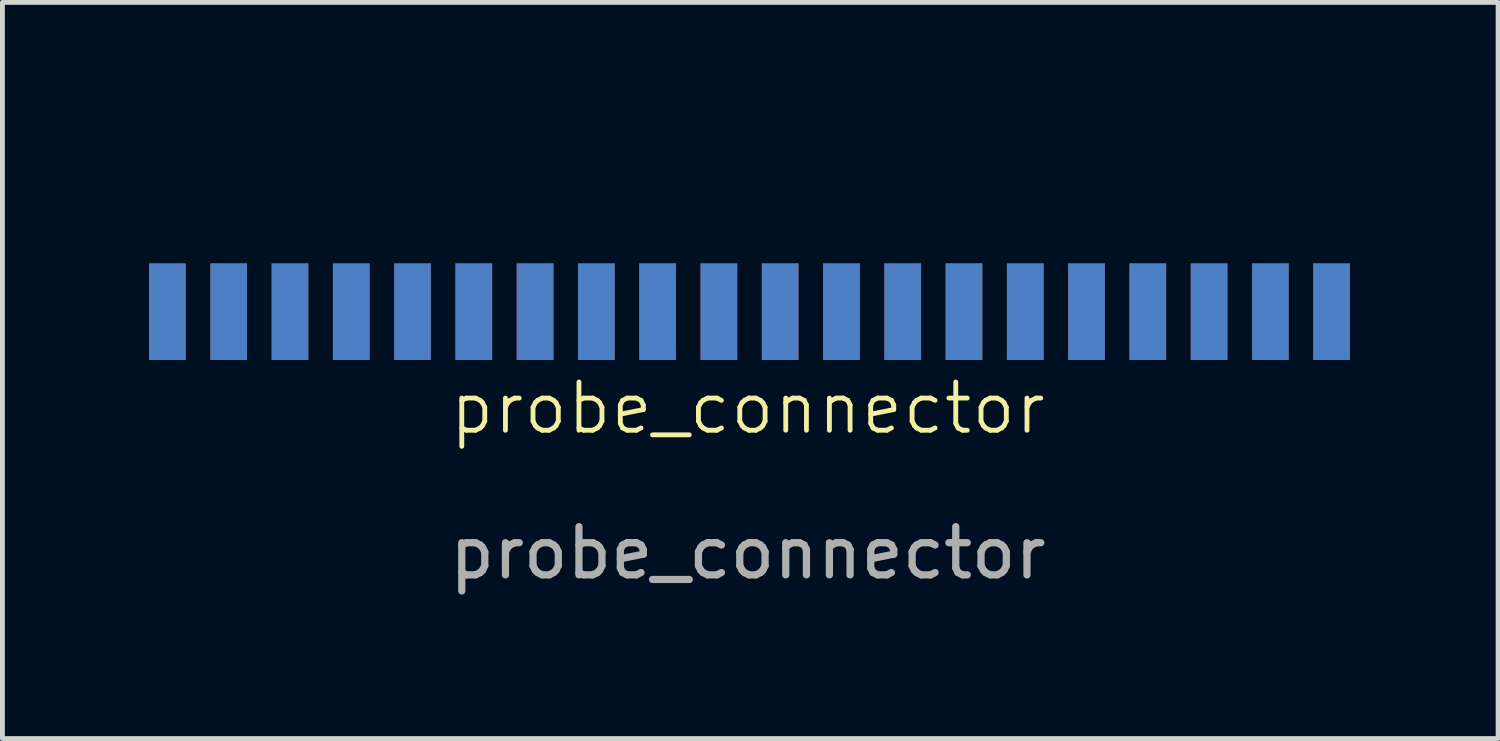
<source format=kicad_pcb>
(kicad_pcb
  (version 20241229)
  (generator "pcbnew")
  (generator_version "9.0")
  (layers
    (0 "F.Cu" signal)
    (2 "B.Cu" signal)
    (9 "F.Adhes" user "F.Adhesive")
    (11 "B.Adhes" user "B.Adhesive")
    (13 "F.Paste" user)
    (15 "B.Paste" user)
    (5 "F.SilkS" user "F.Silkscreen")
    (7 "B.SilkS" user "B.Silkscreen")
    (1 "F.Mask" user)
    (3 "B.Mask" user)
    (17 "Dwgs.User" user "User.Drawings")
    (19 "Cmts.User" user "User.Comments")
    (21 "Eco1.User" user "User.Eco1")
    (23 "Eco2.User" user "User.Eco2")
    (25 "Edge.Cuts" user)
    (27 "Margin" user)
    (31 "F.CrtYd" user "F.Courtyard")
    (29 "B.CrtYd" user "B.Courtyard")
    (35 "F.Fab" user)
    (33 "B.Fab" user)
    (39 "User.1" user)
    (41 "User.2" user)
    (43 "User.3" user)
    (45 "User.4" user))
  (footprint "probe_connector"
    (layer "F.Cu")
    (at 12.45 5.91)
    (property "Reference" "probe_connector" (at 0 -0.5 0) (unlocked yes) (layer "F.SilkS") (effects (font (size 1 1) (thickness 0.1))))
    (attr through_hole)
    (fp_line (start -12.4 -3.96) (end 12.5 -3.96) (stroke (width 0.1) (type default)) (layer "User.1"))
    (fp_text user "${REFERENCE}" (at 0 2.5 0) (unlocked yes) (layer "F.Fab") (effects (font (size 1 1) (thickness 0.15))))
    (fp_text user "pcb edge" (at -2.9 -4.46 0) (unlocked yes) (layer "User.1") (effects (font (size 1 1) (thickness 0.15)) (justify left bottom)))
    (pad "1" connect rect (at -12.03 -2.5) (size 0.76 2) (layers "F.Cu" "F.Mask"))
    (pad "2" connect rect (at -10.76 -2.5) (size 0.76 2) (layers "F.Cu" "F.Mask"))
    (pad "3" connect rect (at -9.49 -2.5) (size 0.76 2) (layers "F.Cu" "F.Mask"))
    (pad "4" connect rect (at -8.22 -2.5) (size 0.76 2) (layers "F.Cu" "F.Mask"))
    (pad "5" connect rect (at -6.95 -2.5) (size 0.76 2) (layers "F.Cu" "F.Mask"))
    (pad "6" connect rect (at -5.68 -2.5) (size 0.76 2) (layers "F.Cu" "F.Mask"))
    (pad "7" connect rect (at -4.41 -2.5) (size 0.76 2) (layers "F.Cu" "F.Mask"))
    (pad "8" connect rect (at -3.14 -2.5) (size 0.76 2) (layers "F.Cu" "F.Mask"))
    (pad "9" connect rect (at -1.87 -2.5) (size 0.76 2) (layers "F.Cu" "F.Mask"))
    (pad "10" connect rect (at -0.6 -2.5) (size 0.76 2) (layers "F.Cu" "F.Mask"))
    (pad "11" connect rect (at 0.67 -2.5) (size 0.76 2) (layers "F.Cu" "F.Mask"))
    (pad "12" connect rect (at 1.94 -2.5) (size 0.76 2) (layers "F.Cu" "F.Mask"))
    (pad "13" connect rect (at 3.21 -2.5) (size 0.76 2) (layers "F.Cu" "F.Mask"))
    (pad "14" connect rect (at 4.48 -2.5) (size 0.76 2) (layers "F.Cu" "F.Mask"))
    (pad "15" connect rect (at 5.75 -2.5) (size 0.76 2) (layers "F.Cu" "F.Mask"))
    (pad "16" connect rect (at 7.02 -2.5) (size 0.76 2) (layers "F.Cu" "F.Mask"))
    (pad "17" connect rect (at 8.29 -2.5) (size 0.76 2) (layers "F.Cu" "F.Mask"))
    (pad "18" connect rect (at 9.56 -2.5) (size 0.76 2) (layers "F.Cu" "F.Mask"))
    (pad "19" connect rect (at 10.83 -2.5) (size 0.76 2) (layers "F.Cu" "F.Mask"))
    (pad "20" connect rect (at 12.1 -2.5) (size 0.76 2) (layers "F.Cu" "F.Mask"))
    (pad "21" connect rect (at -12.03 -2.5 180) (size 0.76 2) (layers "B.Cu" "B.Mask"))
    (pad "22" connect rect (at -10.76 -2.5 180) (size 0.76 2) (layers "B.Cu" "B.Mask"))
    (pad "23" connect rect (at -9.49 -2.5 180) (size 0.76 2) (layers "B.Cu" "B.Mask"))
    (pad "24" connect rect (at -8.22 -2.5 180) (size 0.76 2) (layers "B.Cu" "B.Mask"))
    (pad "25" connect rect (at -6.95 -2.5 180) (size 0.76 2) (layers "B.Cu" "B.Mask"))
    (pad "26" connect rect (at -5.68 -2.5 180) (size 0.76 2) (layers "B.Cu" "B.Mask"))
    (pad "27" connect rect (at -4.41 -2.5 180) (size 0.76 2) (layers "B.Cu" "B.Mask"))
    (pad "28" connect rect (at -3.14 -2.5 180) (size 0.76 2) (layers "B.Cu" "B.Mask"))
    (pad "29" connect rect (at -1.87 -2.5 180) (size 0.76 2) (layers "B.Cu" "B.Mask"))
    (pad "30" connect rect (at -0.6 -2.5 180) (size 0.76 2) (layers "B.Cu" "B.Mask"))
    (pad "31" connect rect (at 0.67 -2.5 180) (size 0.76 2) (layers "B.Cu" "B.Mask"))
    (pad "32" connect rect (at 1.94 -2.5 180) (size 0.76 2) (layers "B.Cu" "B.Mask"))
    (pad "33" connect rect (at 3.21 -2.5 180) (size 0.76 2) (layers "B.Cu" "B.Mask"))
    (pad "34" connect rect (at 4.48 -2.5 180) (size 0.76 2) (layers "B.Cu" "B.Mask"))
    (pad "35" connect rect (at 5.75 -2.5 180) (size 0.76 2) (layers "B.Cu" "B.Mask"))
    (pad "36" connect rect (at 7.02 -2.5 180) (size 0.76 2) (layers "B.Cu" "B.Mask"))
    (pad "37" connect rect (at 8.29 -2.5 180) (size 0.76 2) (layers "B.Cu" "B.Mask"))
    (pad "38" connect rect (at 9.56 -2.5 180) (size 0.76 2) (layers "B.Cu" "B.Mask"))
    (pad "39" connect rect (at 10.83 -2.5 180) (size 0.76 2) (layers "B.Cu" "B.Mask"))
    (pad "40" connect rect (at 12.1 -2.5 180) (size 0.76 2) (layers "B.Cu" "B.Mask")))
  (gr_rect
    (start -3 -3)
    (end 28 12.258)
    (stroke (width 0.1) (type default))
    (fill no)
    (layer "Edge.Cuts")))
</source>
